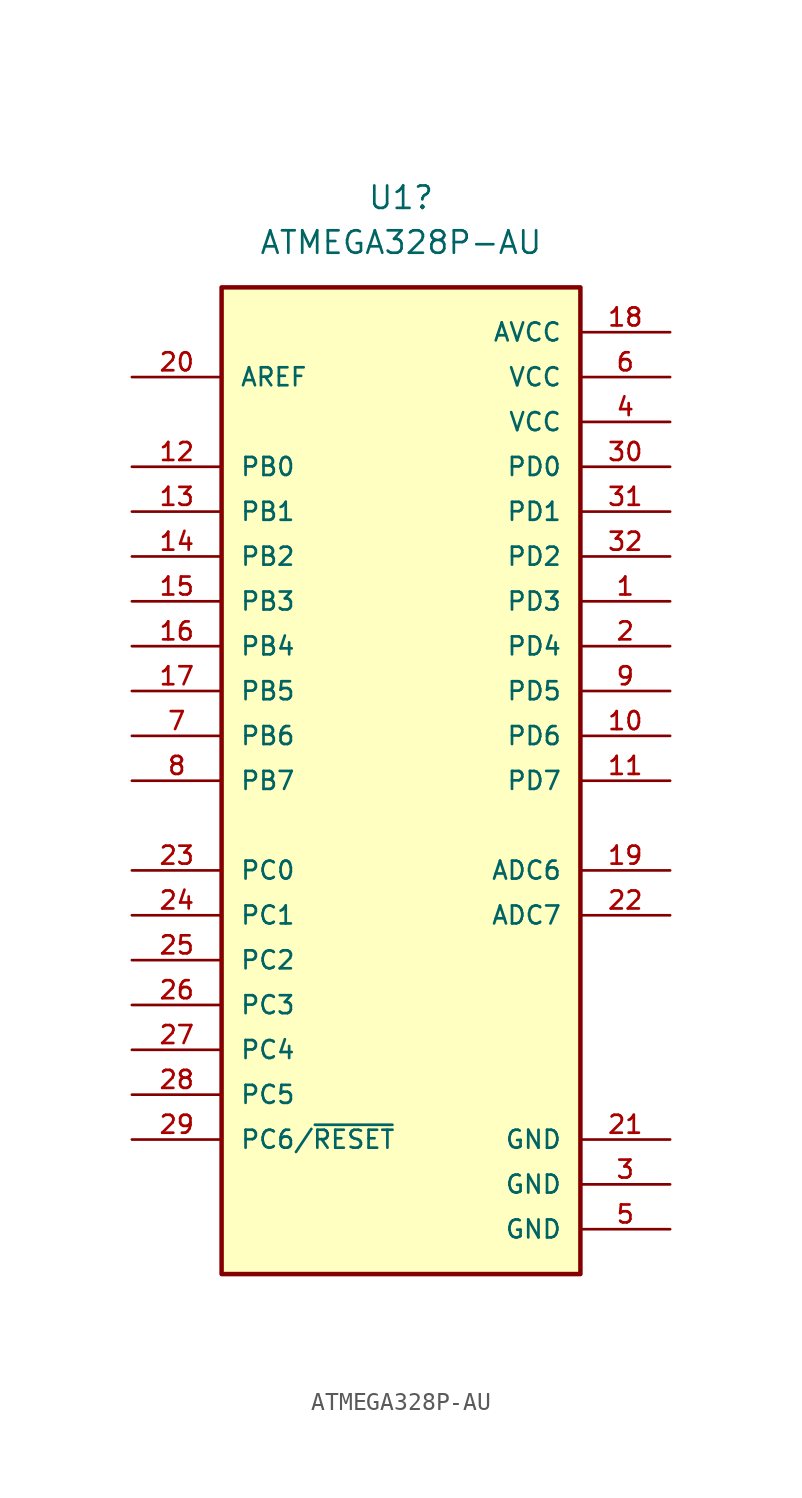
<source format=kicad_sym>
(kicad_symbol_lib
  (version 20241209)
  (generator "kicad_symbol_editor")
  (generator_version "9.0")
  (symbol "ATMEGA328P-AU"
    (pin_names
      (offset 1.016))
    (property "Reference" "U1"
      (at 0 33.02 0)
      (effects (font (size 1.27 1.27))))
    (property "Value" "ATMEGA328P-AU"
      (at 0 30.48 0)
      (effects (font (size 1.27 1.27))))
    (property "Purpose" ""
      (at 0 0 0)
      (effects (font (size 1.27 1.27))))
    (symbol "ATMEGA328P-AU_0_0"
      (rectangle (start -10.16 -27.94) (end 10.16 27.94) (stroke (width 0.254) (type default)) (fill (type background)))
      (pin input line (at -15.24 22.86 0) (length 5.08) (name "AREF" (effects (font (size 1.016 1.016)))) (number "20" (effects (font (size 1.016 1.016)))))
      (pin bidirectional line (at -15.24 17.78 0) (length 5.08) (name "PB0" (effects (font (size 1.016 1.016)))) (number "12" (effects (font (size 1.016 1.016)))))
      (pin bidirectional line (at -15.24 15.24 0) (length 5.08) (name "PB1" (effects (font (size 1.016 1.016)))) (number "13" (effects (font (size 1.016 1.016)))))
      (pin bidirectional line (at -15.24 12.7 0) (length 5.08) (name "PB2" (effects (font (size 1.016 1.016)))) (number "14" (effects (font (size 1.016 1.016)))))
      (pin bidirectional line (at -15.24 10.16 0) (length 5.08) (name "PB3" (effects (font (size 1.016 1.016)))) (number "15" (effects (font (size 1.016 1.016)))))
      (pin bidirectional line (at -15.24 7.62 0) (length 5.08) (name "PB4" (effects (font (size 1.016 1.016)))) (number "16" (effects (font (size 1.016 1.016)))))
      (pin bidirectional line (at -15.24 5.08 0) (length 5.08) (name "PB5" (effects (font (size 1.016 1.016)))) (number "17" (effects (font (size 1.016 1.016)))))
      (pin bidirectional line (at -15.24 2.54 0) (length 5.08) (name "PB6" (effects (font (size 1.016 1.016)))) (number "7" (effects (font (size 1.016 1.016)))))
      (pin bidirectional line (at -15.24 0 0) (length 5.08) (name "PB7" (effects (font (size 1.016 1.016)))) (number "8" (effects (font (size 1.016 1.016)))))
      (pin bidirectional line (at -15.24 -5.08 0) (length 5.08) (name "PC0" (effects (font (size 1.016 1.016)))) (number "23" (effects (font (size 1.016 1.016)))))
      (pin bidirectional line (at -15.24 -7.62 0) (length 5.08) (name "PC1" (effects (font (size 1.016 1.016)))) (number "24" (effects (font (size 1.016 1.016)))))
      (pin bidirectional line (at -15.24 -10.16 0) (length 5.08) (name "PC2" (effects (font (size 1.016 1.016)))) (number "25" (effects (font (size 1.016 1.016)))))
      (pin bidirectional line (at -15.24 -12.7 0) (length 5.08) (name "PC3" (effects (font (size 1.016 1.016)))) (number "26" (effects (font (size 1.016 1.016)))))
      (pin bidirectional line (at -15.24 -15.24 0) (length 5.08) (name "PC4" (effects (font (size 1.016 1.016)))) (number "27" (effects (font (size 1.016 1.016)))))
      (pin bidirectional line (at -15.24 -17.78 0) (length 5.08) (name "PC5" (effects (font (size 1.016 1.016)))) (number "28" (effects (font (size 1.016 1.016)))))
      (pin bidirectional line (at -15.24 -20.32 0) (length 5.08) (name "PC6/~{RESET}" (effects (font (size 1.016 1.016)))) (number "29" (effects (font (size 1.016 1.016)))))
      (pin power_in line (at 15.24 25.4 180) (length 5.08) (name "AVCC" (effects (font (size 1.016 1.016)))) (number "18" (effects (font (size 1.016 1.016)))))
      (pin power_in line (at 15.24 22.86 180) (length 5.08) (name "VCC" (effects (font (size 1.016 1.016)))) (number "6" (effects (font (size 1.016 1.016)))))
      (pin power_in line (at 15.24 20.32 180) (length 5.08) (name "VCC" (effects (font (size 1.016 1.016)))) (number "4" (effects (font (size 1.016 1.016)))))
      (pin bidirectional line (at 15.24 17.78 180) (length 5.08) (name "PD0" (effects (font (size 1.016 1.016)))) (number "30" (effects (font (size 1.016 1.016)))))
      (pin bidirectional line (at 15.24 15.24 180) (length 5.08) (name "PD1" (effects (font (size 1.016 1.016)))) (number "31" (effects (font (size 1.016 1.016)))))
      (pin bidirectional line (at 15.24 12.7 180) (length 5.08) (name "PD2" (effects (font (size 1.016 1.016)))) (number "32" (effects (font (size 1.016 1.016)))))
      (pin bidirectional line (at 15.24 10.16 180) (length 5.08) (name "PD3" (effects (font (size 1.016 1.016)))) (number "1" (effects (font (size 1.016 1.016)))))
      (pin bidirectional line (at 15.24 7.62 180) (length 5.08) (name "PD4" (effects (font (size 1.016 1.016)))) (number "2" (effects (font (size 1.016 1.016)))))
      (pin bidirectional line (at 15.24 5.08 180) (length 5.08) (name "PD5" (effects (font (size 1.016 1.016)))) (number "9" (effects (font (size 1.016 1.016)))))
      (pin bidirectional line (at 15.24 2.54 180) (length 5.08) (name "PD6" (effects (font (size 1.016 1.016)))) (number "10" (effects (font (size 1.016 1.016)))))
      (pin bidirectional line (at 15.24 0 180) (length 5.08) (name "PD7" (effects (font (size 1.016 1.016)))) (number "11" (effects (font (size 1.016 1.016)))))
      (pin bidirectional line (at 15.24 -5.08 180) (length 5.08) (name "ADC6" (effects (font (size 1.016 1.016)))) (number "19" (effects (font (size 1.016 1.016)))))
      (pin bidirectional line (at 15.24 -7.62 180) (length 5.08) (name "ADC7" (effects (font (size 1.016 1.016)))) (number "22" (effects (font (size 1.016 1.016)))))
      (pin power_in line (at 15.24 -20.32 180) (length 5.08) (name "GND" (effects (font (size 1.016 1.016)))) (number "21" (effects (font (size 1.016 1.016)))))
      (pin power_in line (at 15.24 -22.86 180) (length 5.08) (name "GND" (effects (font (size 1.016 1.016)))) (number "3" (effects (font (size 1.016 1.016)))))
      (pin power_in line (at 15.24 -25.4 180) (length 5.08) (name "GND" (effects (font (size 1.016 1.016)))) (number "5" (effects (font (size 1.016 1.016))))))))
</source>
